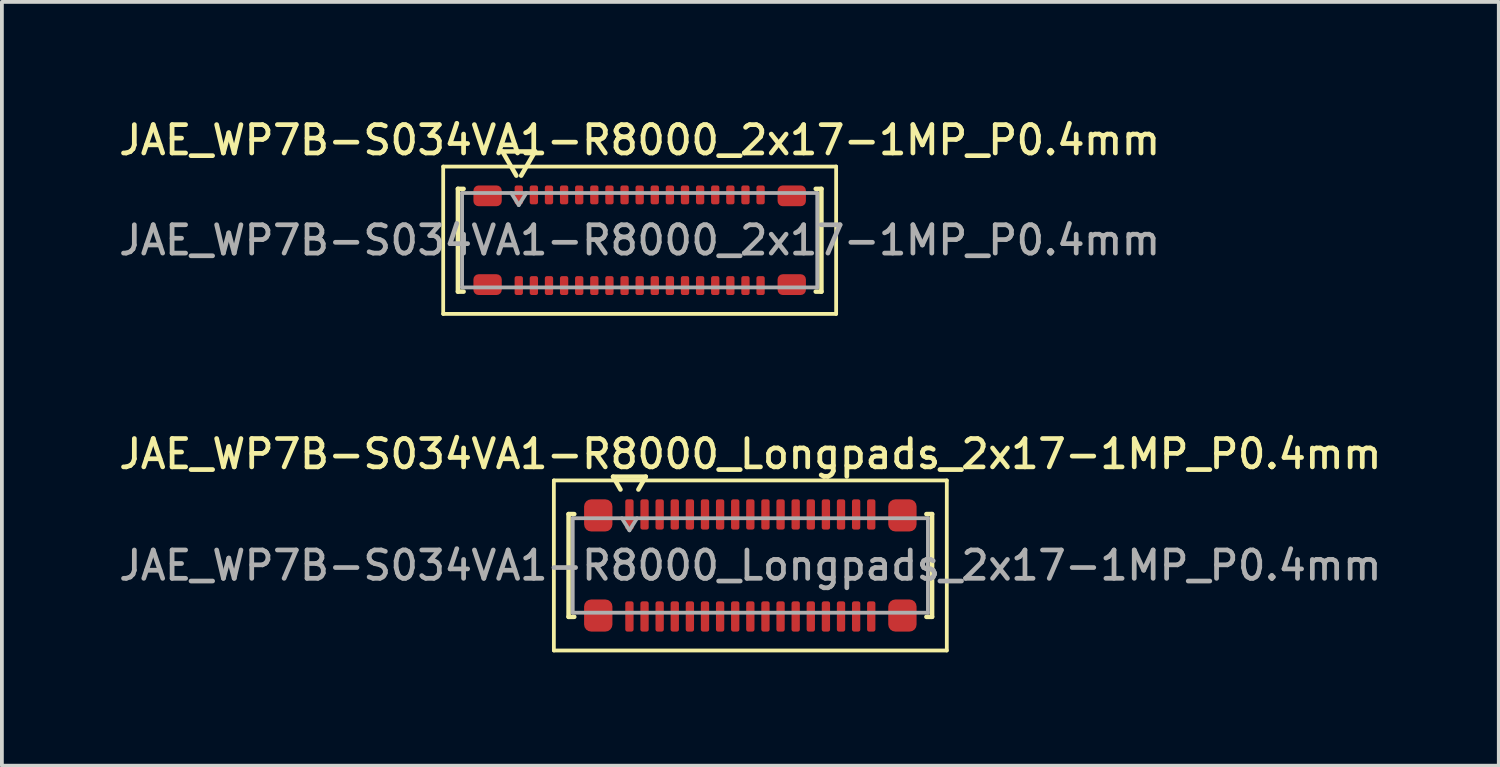
<source format=kicad_pcb>
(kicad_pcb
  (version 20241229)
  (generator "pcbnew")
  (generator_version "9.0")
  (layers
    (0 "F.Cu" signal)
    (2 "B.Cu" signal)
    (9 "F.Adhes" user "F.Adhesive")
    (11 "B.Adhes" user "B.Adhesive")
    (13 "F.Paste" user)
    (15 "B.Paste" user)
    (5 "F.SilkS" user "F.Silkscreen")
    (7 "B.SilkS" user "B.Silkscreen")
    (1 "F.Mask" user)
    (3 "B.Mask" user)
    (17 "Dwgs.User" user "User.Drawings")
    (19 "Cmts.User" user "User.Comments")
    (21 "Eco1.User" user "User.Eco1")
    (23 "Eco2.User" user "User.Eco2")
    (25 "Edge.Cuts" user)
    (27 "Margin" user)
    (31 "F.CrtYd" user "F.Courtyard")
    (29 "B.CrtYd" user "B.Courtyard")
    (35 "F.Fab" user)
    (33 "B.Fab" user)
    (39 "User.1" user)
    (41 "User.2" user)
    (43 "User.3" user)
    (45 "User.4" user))
  (footprint "JAE_WP7B-S034VA1-R8000_2x17-1MP_P0.4mm"
    (layer "F.Cu")
    (at 13.88 3.308)
    (property "Reference" "JAE_WP7B-S034VA1-R8000_2x17-1MP_P0.4mm" (at 0 -2.65 0) (layer "F.SilkS") (effects (font (size 0.75 0.75) (thickness 0.125))))
    (attr smd)
    (fp_line (start -5.2 -1.95) (end -5.2 1.95) (stroke (width 0.1) (type solid)) (layer "F.SilkS"))
    (fp_line (start -5.2 1.95) (end 5.2 1.95) (stroke (width 0.1) (type solid)) (layer "F.SilkS"))
    (fp_line (start -4.81 -1.36) (end -4.66 -1.36) (stroke (width 0.12) (type solid)) (layer "F.SilkS"))
    (fp_line (start -4.81 1.36) (end -4.81 -1.36) (stroke (width 0.12) (type solid)) (layer "F.SilkS"))
    (fp_line (start -4.66 1.36) (end -4.81 1.36) (stroke (width 0.12) (type solid)) (layer "F.SilkS"))
    (fp_line (start -3.633 -2.35) (end -3.264 -1.71) (stroke (width 0.12) (type solid)) (layer "F.SilkS"))
    (fp_line (start -3.136 -1.71) (end -2.767 -2.35) (stroke (width 0.12) (type solid)) (layer "F.SilkS"))
    (fp_line (start -2.767 -2.35) (end -3.633 -2.35) (stroke (width 0.12) (type solid)) (layer "F.SilkS"))
    (fp_line (start 4.66 -1.36) (end 4.81 -1.36) (stroke (width 0.12) (type solid)) (layer "F.SilkS"))
    (fp_line (start 4.81 -1.36) (end 4.81 1.36) (stroke (width 0.12) (type solid)) (layer "F.SilkS"))
    (fp_line (start 4.81 1.36) (end 4.66 1.36) (stroke (width 0.12) (type solid)) (layer "F.SilkS"))
    (fp_line (start 5.2 -1.95) (end -5.2 -1.95) (stroke (width 0.1) (type solid)) (layer "F.SilkS"))
    (fp_line (start 5.2 1.95) (end 5.2 -1.95) (stroke (width 0.1) (type solid)) (layer "F.SilkS"))
    (fp_line (start -4.7 -1.25) (end 4.7 -1.25) (stroke (width 0.1) (type solid)) (layer "F.Fab"))
    (fp_line (start -4.7 1.25) (end -4.7 -1.25) (stroke (width 0.1) (type solid)) (layer "F.Fab"))
    (fp_line (start -3.4 -1.25) (end -3.2 -0.93) (stroke (width 0.1) (type solid)) (layer "F.Fab"))
    (fp_line (start -3.2 -0.93) (end -3 -1.25) (stroke (width 0.1) (type solid)) (layer "F.Fab"))
    (fp_line (start 4.7 -1.25) (end 4.7 1.25) (stroke (width 0.1) (type solid)) (layer "F.Fab"))
    (fp_line (start 4.7 1.25) (end -4.7 1.25) (stroke (width 0.1) (type solid)) (layer "F.Fab"))
    (fp_text user "${REFERENCE}" (at 0 0 0) (layer "F.Fab") (effects (font (size 0.75 0.75) (thickness 0.125))))
    (pad "1" smd roundrect (at -3.2 -1.2) (size 0.22 0.5) (layers "F.Cu" "F.Mask" "F.Paste") (roundrect_rratio 0.25))
    (pad "2" smd roundrect (at -3.2 1.2) (size 0.22 0.5) (layers "F.Cu" "F.Mask" "F.Paste") (roundrect_rratio 0.25))
    (pad "3" smd roundrect (at -2.8 -1.2) (size 0.22 0.5) (layers "F.Cu" "F.Mask" "F.Paste") (roundrect_rratio 0.25))
    (pad "4" smd roundrect (at -2.8 1.2) (size 0.22 0.5) (layers "F.Cu" "F.Mask" "F.Paste") (roundrect_rratio 0.25))
    (pad "5" smd roundrect (at -2.4 -1.2) (size 0.22 0.5) (layers "F.Cu" "F.Mask" "F.Paste") (roundrect_rratio 0.25))
    (pad "6" smd roundrect (at -2.4 1.2) (size 0.22 0.5) (layers "F.Cu" "F.Mask" "F.Paste") (roundrect_rratio 0.25))
    (pad "7" smd roundrect (at -2 -1.2) (size 0.22 0.5) (layers "F.Cu" "F.Mask" "F.Paste") (roundrect_rratio 0.25))
    (pad "8" smd roundrect (at -2 1.2) (size 0.22 0.5) (layers "F.Cu" "F.Mask" "F.Paste") (roundrect_rratio 0.25))
    (pad "9" smd roundrect (at -1.6 -1.2) (size 0.22 0.5) (layers "F.Cu" "F.Mask" "F.Paste") (roundrect_rratio 0.25))
    (pad "10" smd roundrect (at -1.6 1.2) (size 0.22 0.5) (layers "F.Cu" "F.Mask" "F.Paste") (roundrect_rratio 0.25))
    (pad "11" smd roundrect (at -1.2 -1.2) (size 0.22 0.5) (layers "F.Cu" "F.Mask" "F.Paste") (roundrect_rratio 0.25))
    (pad "12" smd roundrect (at -1.2 1.2) (size 0.22 0.5) (layers "F.Cu" "F.Mask" "F.Paste") (roundrect_rratio 0.25))
    (pad "13" smd roundrect (at -0.8 -1.2) (size 0.22 0.5) (layers "F.Cu" "F.Mask" "F.Paste") (roundrect_rratio 0.25))
    (pad "14" smd roundrect (at -0.8 1.2) (size 0.22 0.5) (layers "F.Cu" "F.Mask" "F.Paste") (roundrect_rratio 0.25))
    (pad "15" smd roundrect (at -0.4 -1.2) (size 0.22 0.5) (layers "F.Cu" "F.Mask" "F.Paste") (roundrect_rratio 0.25))
    (pad "16" smd roundrect (at -0.4 1.2) (size 0.22 0.5) (layers "F.Cu" "F.Mask" "F.Paste") (roundrect_rratio 0.25))
    (pad "17" smd roundrect (at 0 -1.2) (size 0.22 0.5) (layers "F.Cu" "F.Mask" "F.Paste") (roundrect_rratio 0.25))
    (pad "18" smd roundrect (at 0 1.2) (size 0.22 0.5) (layers "F.Cu" "F.Mask" "F.Paste") (roundrect_rratio 0.25))
    (pad "19" smd roundrect (at 0.4 -1.2) (size 0.22 0.5) (layers "F.Cu" "F.Mask" "F.Paste") (roundrect_rratio 0.25))
    (pad "20" smd roundrect (at 0.4 1.2) (size 0.22 0.5) (layers "F.Cu" "F.Mask" "F.Paste") (roundrect_rratio 0.25))
    (pad "21" smd roundrect (at 0.8 -1.2) (size 0.22 0.5) (layers "F.Cu" "F.Mask" "F.Paste") (roundrect_rratio 0.25))
    (pad "22" smd roundrect (at 0.8 1.2) (size 0.22 0.5) (layers "F.Cu" "F.Mask" "F.Paste") (roundrect_rratio 0.25))
    (pad "23" smd roundrect (at 1.2 -1.2) (size 0.22 0.5) (layers "F.Cu" "F.Mask" "F.Paste") (roundrect_rratio 0.25))
    (pad "24" smd roundrect (at 1.2 1.2) (size 0.22 0.5) (layers "F.Cu" "F.Mask" "F.Paste") (roundrect_rratio 0.25))
    (pad "25" smd roundrect (at 1.6 -1.2) (size 0.22 0.5) (layers "F.Cu" "F.Mask" "F.Paste") (roundrect_rratio 0.25))
    (pad "26" smd roundrect (at 1.6 1.2) (size 0.22 0.5) (layers "F.Cu" "F.Mask" "F.Paste") (roundrect_rratio 0.25))
    (pad "27" smd roundrect (at 2 -1.2) (size 0.22 0.5) (layers "F.Cu" "F.Mask" "F.Paste") (roundrect_rratio 0.25))
    (pad "28" smd roundrect (at 2 1.2) (size 0.22 0.5) (layers "F.Cu" "F.Mask" "F.Paste") (roundrect_rratio 0.25))
    (pad "29" smd roundrect (at 2.4 -1.2) (size 0.22 0.5) (layers "F.Cu" "F.Mask" "F.Paste") (roundrect_rratio 0.25))
    (pad "30" smd roundrect (at 2.4 1.2) (size 0.22 0.5) (layers "F.Cu" "F.Mask" "F.Paste") (roundrect_rratio 0.25))
    (pad "31" smd roundrect (at 2.8 -1.2) (size 0.22 0.5) (layers "F.Cu" "F.Mask" "F.Paste") (roundrect_rratio 0.25))
    (pad "32" smd roundrect (at 2.8 1.2) (size 0.22 0.5) (layers "F.Cu" "F.Mask" "F.Paste") (roundrect_rratio 0.25))
    (pad "33" smd roundrect (at 3.2 -1.2) (size 0.22 0.5) (layers "F.Cu" "F.Mask" "F.Paste") (roundrect_rratio 0.25))
    (pad "34" smd roundrect (at 3.2 1.2) (size 0.22 0.5) (layers "F.Cu" "F.Mask" "F.Paste") (roundrect_rratio 0.25))
    (pad "MP" smd roundrect (at -4.025 -1.175) (size 0.75 0.55) (layers "F.Cu" "F.Mask" "F.Paste") (roundrect_rratio 0.25))
    (pad "MP" smd roundrect (at -4.025 1.175) (size 0.75 0.55) (layers "F.Cu" "F.Mask" "F.Paste") (roundrect_rratio 0.25))
    (pad "MP" smd roundrect (at 4.025 -1.175) (size 0.75 0.55) (layers "F.Cu" "F.Mask" "F.Paste") (roundrect_rratio 0.25))
    (pad "MP" smd roundrect (at 4.025 1.175) (size 0.75 0.55) (layers "F.Cu" "F.Mask" "F.Paste") (roundrect_rratio 0.25)))
  (footprint "JAE_WP7B-S034VA1-R8000_Longpads_2x17-1MP_P0.4mm"
    (layer "F.Cu")
    (at 16.809 11.916)
    (property "Reference" "JAE_WP7B-S034VA1-R8000_Longpads_2x17-1MP_P0.4mm" (at 0 -2.95 0) (layer "F.SilkS") (effects (font (size 0.75 0.75) (thickness 0.125))))
    (attr smd)
    (fp_line (start -5.2 -2.25) (end -5.2 2.25) (stroke (width 0.1) (type solid)) (layer "F.SilkS"))
    (fp_line (start -5.2 2.25) (end 5.2 2.25) (stroke (width 0.1) (type solid)) (layer "F.SilkS"))
    (fp_line (start -4.81 -1.36) (end -4.66 -1.36) (stroke (width 0.12) (type solid)) (layer "F.SilkS"))
    (fp_line (start -4.81 1.36) (end -4.81 -1.36) (stroke (width 0.12) (type solid)) (layer "F.SilkS"))
    (fp_line (start -4.66 1.36) (end -4.81 1.36) (stroke (width 0.12) (type solid)) (layer "F.SilkS"))
    (fp_line (start -3.633 -2.35) (end -3.437 -2.01) (stroke (width 0.12) (type solid)) (layer "F.SilkS"))
    (fp_line (start -2.963 -2.01) (end -2.767 -2.35) (stroke (width 0.12) (type solid)) (layer "F.SilkS"))
    (fp_line (start -2.767 -2.35) (end -3.633 -2.35) (stroke (width 0.12) (type solid)) (layer "F.SilkS"))
    (fp_line (start 4.66 -1.36) (end 4.81 -1.36) (stroke (width 0.12) (type solid)) (layer "F.SilkS"))
    (fp_line (start 4.81 -1.36) (end 4.81 1.36) (stroke (width 0.12) (type solid)) (layer "F.SilkS"))
    (fp_line (start 4.81 1.36) (end 4.66 1.36) (stroke (width 0.12) (type solid)) (layer "F.SilkS"))
    (fp_line (start 5.2 -2.25) (end -5.2 -2.25) (stroke (width 0.1) (type solid)) (layer "F.SilkS"))
    (fp_line (start 5.2 2.25) (end 5.2 -2.25) (stroke (width 0.1) (type solid)) (layer "F.SilkS"))
    (fp_line (start -4.7 -1.25) (end 4.7 -1.25) (stroke (width 0.1) (type solid)) (layer "F.Fab"))
    (fp_line (start -4.7 1.25) (end -4.7 -1.25) (stroke (width 0.1) (type solid)) (layer "F.Fab"))
    (fp_line (start -3.4 -1.25) (end -3.2 -0.93) (stroke (width 0.1) (type solid)) (layer "F.Fab"))
    (fp_line (start -3.2 -0.93) (end -3 -1.25) (stroke (width 0.1) (type solid)) (layer "F.Fab"))
    (fp_line (start 4.7 -1.25) (end 4.7 1.25) (stroke (width 0.1) (type solid)) (layer "F.Fab"))
    (fp_line (start 4.7 1.25) (end -4.7 1.25) (stroke (width 0.1) (type solid)) (layer "F.Fab"))
    (fp_text user "${REFERENCE}" (at 0 0 0) (layer "F.Fab") (effects (font (size 0.75 0.75) (thickness 0.125))))
    (pad "1" smd roundrect (at -3.2 -1.35) (size 0.22 0.8) (layers "F.Cu" "F.Mask" "F.Paste") (roundrect_rratio 0.25))
    (pad "2" smd roundrect (at -3.2 1.35) (size 0.22 0.8) (layers "F.Cu" "F.Mask" "F.Paste") (roundrect_rratio 0.25))
    (pad "3" smd roundrect (at -2.8 -1.35) (size 0.22 0.8) (layers "F.Cu" "F.Mask" "F.Paste") (roundrect_rratio 0.25))
    (pad "4" smd roundrect (at -2.8 1.35) (size 0.22 0.8) (layers "F.Cu" "F.Mask" "F.Paste") (roundrect_rratio 0.25))
    (pad "5" smd roundrect (at -2.4 -1.35) (size 0.22 0.8) (layers "F.Cu" "F.Mask" "F.Paste") (roundrect_rratio 0.25))
    (pad "6" smd roundrect (at -2.4 1.35) (size 0.22 0.8) (layers "F.Cu" "F.Mask" "F.Paste") (roundrect_rratio 0.25))
    (pad "7" smd roundrect (at -2 -1.35) (size 0.22 0.8) (layers "F.Cu" "F.Mask" "F.Paste") (roundrect_rratio 0.25))
    (pad "8" smd roundrect (at -2 1.35) (size 0.22 0.8) (layers "F.Cu" "F.Mask" "F.Paste") (roundrect_rratio 0.25))
    (pad "9" smd roundrect (at -1.6 -1.35) (size 0.22 0.8) (layers "F.Cu" "F.Mask" "F.Paste") (roundrect_rratio 0.25))
    (pad "10" smd roundrect (at -1.6 1.35) (size 0.22 0.8) (layers "F.Cu" "F.Mask" "F.Paste") (roundrect_rratio 0.25))
    (pad "11" smd roundrect (at -1.2 -1.35) (size 0.22 0.8) (layers "F.Cu" "F.Mask" "F.Paste") (roundrect_rratio 0.25))
    (pad "12" smd roundrect (at -1.2 1.35) (size 0.22 0.8) (layers "F.Cu" "F.Mask" "F.Paste") (roundrect_rratio 0.25))
    (pad "13" smd roundrect (at -0.8 -1.35) (size 0.22 0.8) (layers "F.Cu" "F.Mask" "F.Paste") (roundrect_rratio 0.25))
    (pad "14" smd roundrect (at -0.8 1.35) (size 0.22 0.8) (layers "F.Cu" "F.Mask" "F.Paste") (roundrect_rratio 0.25))
    (pad "15" smd roundrect (at -0.4 -1.35) (size 0.22 0.8) (layers "F.Cu" "F.Mask" "F.Paste") (roundrect_rratio 0.25))
    (pad "16" smd roundrect (at -0.4 1.35) (size 0.22 0.8) (layers "F.Cu" "F.Mask" "F.Paste") (roundrect_rratio 0.25))
    (pad "17" smd roundrect (at 0 -1.35) (size 0.22 0.8) (layers "F.Cu" "F.Mask" "F.Paste") (roundrect_rratio 0.25))
    (pad "18" smd roundrect (at 0 1.35) (size 0.22 0.8) (layers "F.Cu" "F.Mask" "F.Paste") (roundrect_rratio 0.25))
    (pad "19" smd roundrect (at 0.4 -1.35) (size 0.22 0.8) (layers "F.Cu" "F.Mask" "F.Paste") (roundrect_rratio 0.25))
    (pad "20" smd roundrect (at 0.4 1.35) (size 0.22 0.8) (layers "F.Cu" "F.Mask" "F.Paste") (roundrect_rratio 0.25))
    (pad "21" smd roundrect (at 0.8 -1.35) (size 0.22 0.8) (layers "F.Cu" "F.Mask" "F.Paste") (roundrect_rratio 0.25))
    (pad "22" smd roundrect (at 0.8 1.35) (size 0.22 0.8) (layers "F.Cu" "F.Mask" "F.Paste") (roundrect_rratio 0.25))
    (pad "23" smd roundrect (at 1.2 -1.35) (size 0.22 0.8) (layers "F.Cu" "F.Mask" "F.Paste") (roundrect_rratio 0.25))
    (pad "24" smd roundrect (at 1.2 1.35) (size 0.22 0.8) (layers "F.Cu" "F.Mask" "F.Paste") (roundrect_rratio 0.25))
    (pad "25" smd roundrect (at 1.6 -1.35) (size 0.22 0.8) (layers "F.Cu" "F.Mask" "F.Paste") (roundrect_rratio 0.25))
    (pad "26" smd roundrect (at 1.6 1.35) (size 0.22 0.8) (layers "F.Cu" "F.Mask" "F.Paste") (roundrect_rratio 0.25))
    (pad "27" smd roundrect (at 2 -1.35) (size 0.22 0.8) (layers "F.Cu" "F.Mask" "F.Paste") (roundrect_rratio 0.25))
    (pad "28" smd roundrect (at 2 1.35) (size 0.22 0.8) (layers "F.Cu" "F.Mask" "F.Paste") (roundrect_rratio 0.25))
    (pad "29" smd roundrect (at 2.4 -1.35) (size 0.22 0.8) (layers "F.Cu" "F.Mask" "F.Paste") (roundrect_rratio 0.25))
    (pad "30" smd roundrect (at 2.4 1.35) (size 0.22 0.8) (layers "F.Cu" "F.Mask" "F.Paste") (roundrect_rratio 0.25))
    (pad "31" smd roundrect (at 2.8 -1.35) (size 0.22 0.8) (layers "F.Cu" "F.Mask" "F.Paste") (roundrect_rratio 0.25))
    (pad "32" smd roundrect (at 2.8 1.35) (size 0.22 0.8) (layers "F.Cu" "F.Mask" "F.Paste") (roundrect_rratio 0.25))
    (pad "33" smd roundrect (at 3.2 -1.35) (size 0.22 0.8) (layers "F.Cu" "F.Mask" "F.Paste") (roundrect_rratio 0.25))
    (pad "34" smd roundrect (at 3.2 1.35) (size 0.22 0.8) (layers "F.Cu" "F.Mask" "F.Paste") (roundrect_rratio 0.25))
    (pad "MP" smd roundrect (at -4.025 -1.325) (size 0.75 0.85) (layers "F.Cu" "F.Mask" "F.Paste") (roundrect_rratio 0.25))
    (pad "MP" smd roundrect (at -4.025 1.325) (size 0.75 0.85) (layers "F.Cu" "F.Mask" "F.Paste") (roundrect_rratio 0.25))
    (pad "MP" smd roundrect (at 4.025 -1.325) (size 0.75 0.85) (layers "F.Cu" "F.Mask" "F.Paste") (roundrect_rratio 0.25))
    (pad "MP" smd roundrect (at 4.025 1.325) (size 0.75 0.85) (layers "F.Cu" "F.Mask" "F.Paste") (roundrect_rratio 0.25)))
  (gr_rect
    (start -3 -3)
    (end 36.618 17.216)
    (stroke (width 0.1) (type default))
    (fill no)
    (layer "Edge.Cuts")))
</source>
